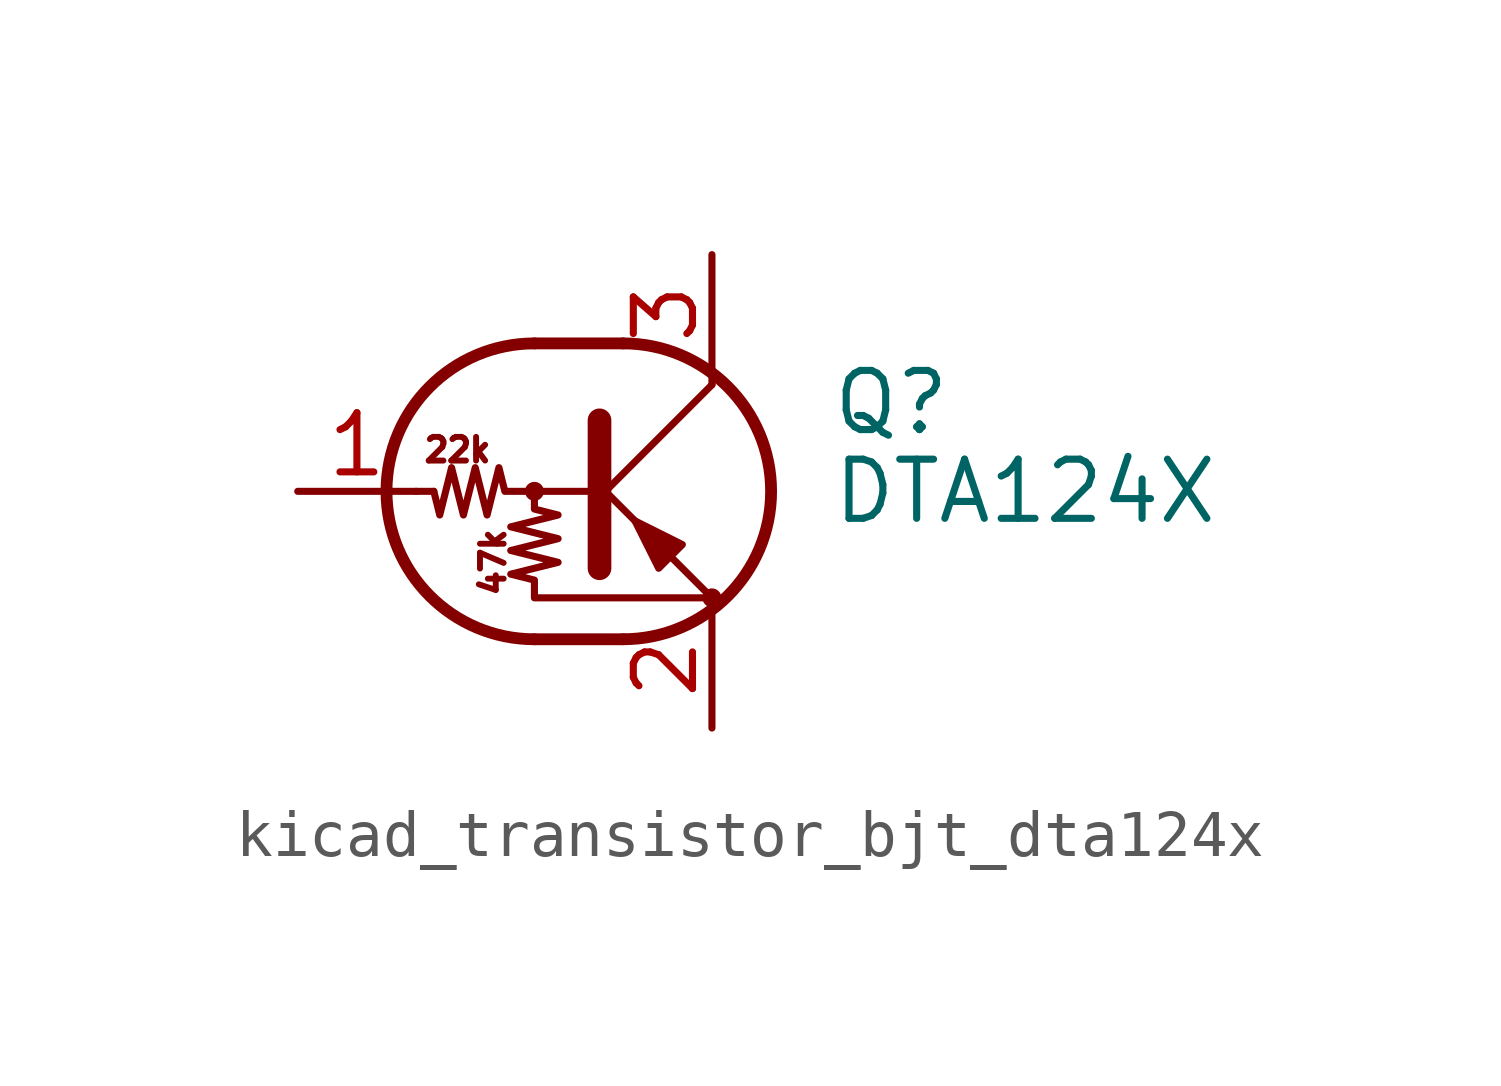
<source format=kicad_sym>
(kicad_symbol_lib
  (version 20220914)
  (generator kicad_symbol_editor)
  (symbol "kicad_transistor_bjt_dta124x"
    (pin_names
      (offset 0) hide)
    (property "Reference" "Q"
      (at 5.08 1.905 0)
      (effects (font (size 1.27 1.27)) (justify left)))
    (property "Value" "DTA124X"
      (at 5.08 0 0)
      (effects (font (size 1.27 1.27)) (justify left)))
    (symbol "kicad_transistor_bjt_dta124x_0_0"
      (text "22k" (at -2.921 0.889 0) (effects (font (size 0.508 0.508))))
      (text "47k" (at -2.159 -1.524 900) (effects (font (size 0.508 0.508)))))
    (symbol "kicad_transistor_bjt_dta124x_0_1"
      (circle (center -1.27 0) (radius 0.127) (stroke (width 0) (type default)) (fill (type none)))
      (arc (start -1.27 3.175) (mid -4.4312 0) (end -1.27 -3.175) (stroke (width 0.254) (type default)) (fill (type none)))
      (polyline (pts (xy -3.429 0) (xy -3.81 0)) (stroke (width 0) (type default)) (fill (type none)))
      (polyline (pts (xy -1.27 -3.175) (xy 0.635 -3.175)) (stroke (width 0.254) (type default)) (fill (type none)))
      (polyline (pts (xy -1.27 3.175) (xy 0.635 3.175)) (stroke (width 0.254) (type default)) (fill (type none)))
      (polyline (pts (xy 0 -0.254) (xy 2.54 2.286)) (stroke (width 0) (type default)) (fill (type none)))
      (polyline (pts (xy 0.127 1.524) (xy 0.127 -1.651)) (stroke (width 0.508) (type default)) (fill (type outline)))
      (polyline (pts (xy 2.54 2.286) (xy 2.54 2.54)) (stroke (width 0) (type default)) (fill (type none)))
      (polyline (pts (xy 2.54 -2.286) (xy 0 0.254) (xy 0 0.254)) (stroke (width 0) (type default)) (fill (type none)))
      (polyline (pts (xy 1.397 -1.651) (xy 1.905 -1.143) (xy 0.889 -0.635) (xy 1.397 -1.651)) (stroke (width 0) (type default)) (fill (type outline)))
      (polyline (pts (xy 0 0) (xy -1.905 0) (xy -2.032 0.508) (xy -2.286 -0.508) (xy -2.54 0.508) (xy -2.794 -0.508) (xy -3.048 0.508) (xy -3.302 -0.508) (xy -3.429 0)) (stroke (width 0) (type default)) (fill (type none)))
      (polyline (pts (xy -1.27 0) (xy -1.27 -0.381) (xy -0.762 -0.508) (xy -1.778 -0.762) (xy -0.762 -1.016) (xy -1.778 -1.27) (xy -0.762 -1.524) (xy -1.778 -1.778) (xy -1.27 -1.905) (xy -1.27 -2.286) (xy 2.54 -2.286)) (stroke (width 0) (type default)) (fill (type none)))
      (arc (start 0.635 -3.175) (mid 3.7962 0) (end 0.635 3.175) (stroke (width 0.254) (type default)) (fill (type none)))
      (circle (center 2.54 -2.286) (radius 0.127) (stroke (width 0) (type default)) (fill (type none))))
    (symbol "kicad_transistor_bjt_dta124x_1_1"
      (pin input line (at -6.35 0 0) (length 2.54) (name "B" (effects (font (size 1.27 1.27)))) (number "1" (effects (font (size 1.27 1.27)))))
      (pin passive line (at 2.54 -5.08 90) (length 2.54) (name "E" (effects (font (size 1.27 1.27)))) (number "2" (effects (font (size 1.27 1.27)))))
      (pin passive line (at 2.54 5.08 270) (length 2.54) (name "C" (effects (font (size 1.27 1.27)))) (number "3" (effects (font (size 1.27 1.27))))))))
</source>
